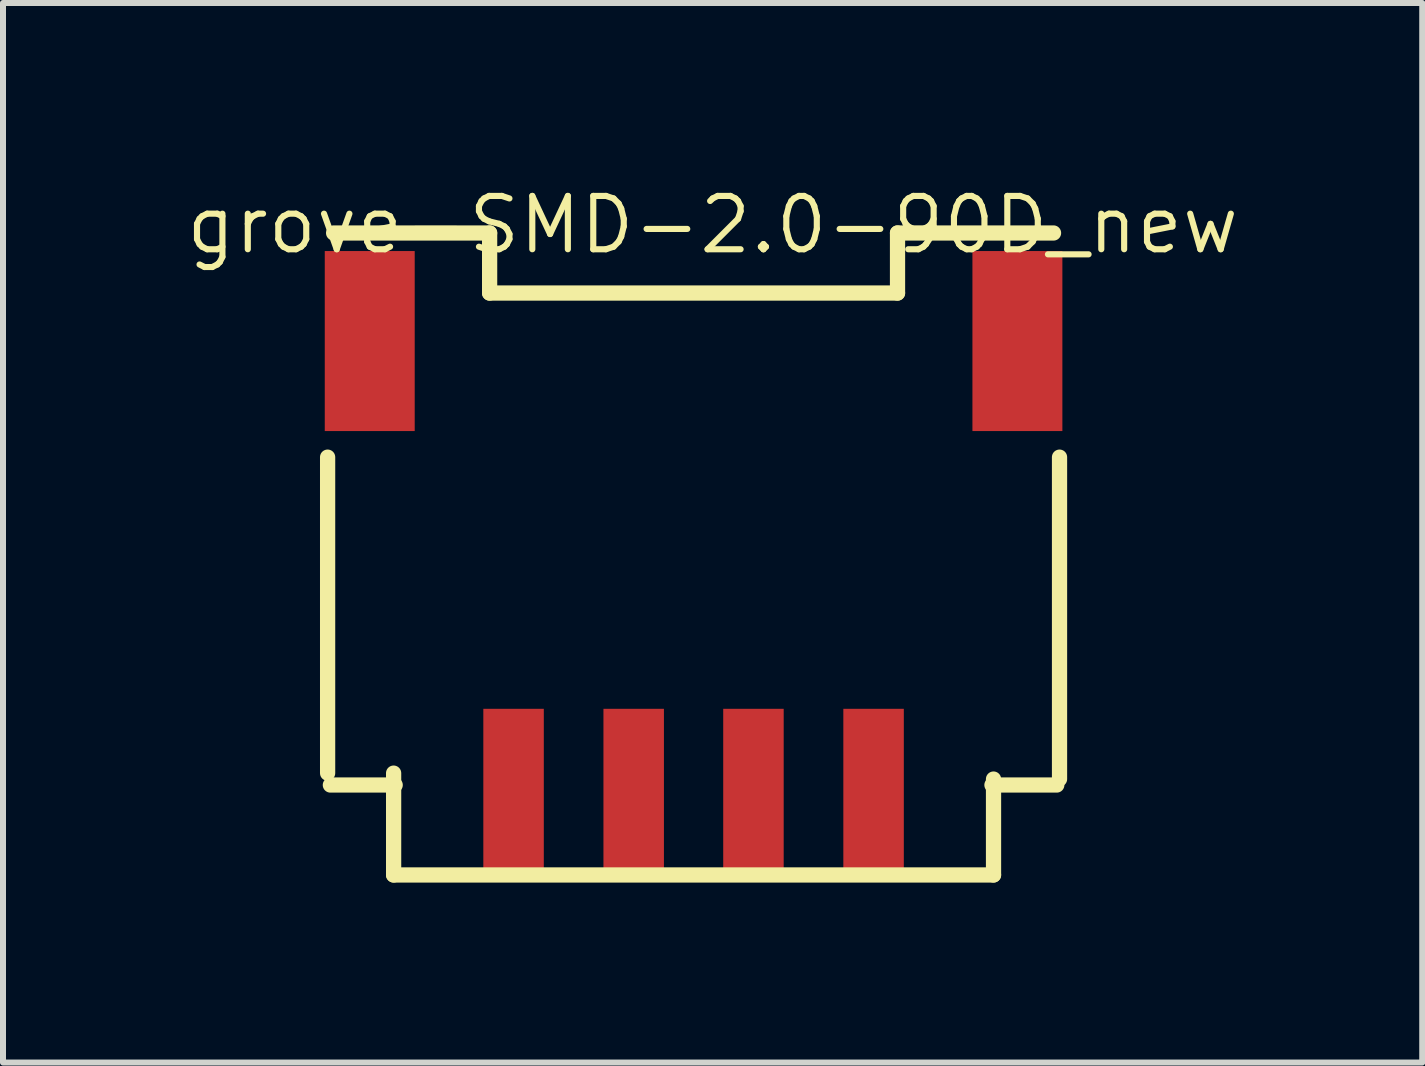
<source format=kicad_pcb>
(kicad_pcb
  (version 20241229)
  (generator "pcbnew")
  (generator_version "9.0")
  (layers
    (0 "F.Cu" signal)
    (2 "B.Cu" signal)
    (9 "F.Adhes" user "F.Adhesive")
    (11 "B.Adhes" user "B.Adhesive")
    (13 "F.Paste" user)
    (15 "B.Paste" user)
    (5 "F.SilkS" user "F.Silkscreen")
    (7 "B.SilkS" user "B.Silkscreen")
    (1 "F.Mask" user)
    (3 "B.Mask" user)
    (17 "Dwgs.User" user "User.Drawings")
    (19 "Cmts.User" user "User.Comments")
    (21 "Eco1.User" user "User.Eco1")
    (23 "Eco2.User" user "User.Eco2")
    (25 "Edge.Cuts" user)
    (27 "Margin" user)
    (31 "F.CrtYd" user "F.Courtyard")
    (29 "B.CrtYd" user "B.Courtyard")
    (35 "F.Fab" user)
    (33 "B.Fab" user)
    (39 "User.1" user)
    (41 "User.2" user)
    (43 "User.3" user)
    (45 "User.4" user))
  (footprint "grove-SMD-2.0-90D_new"
    (layer "F.Cu")
    (at 8.509 10.033)
    (property "Reference" "grove-SMD-2.0-90D_new" (at 0.318 -9.335 0) (layer "F.SilkS") (effects (font (size 0.889 0.889) (thickness 0.102))))
    (attr smd)
    (fp_line (start -6.099 -5.464) (end -6.099 -0.198) (stroke (width 0.254) (type solid)) (layer "F.SilkS"))
    (fp_line (start -6.053 0) (end -4.973 0) (stroke (width 0.254) (type solid)) (layer "F.SilkS"))
    (fp_line (start -5.999 -9.2) (end -3.399 -9.2) (stroke (width 0.254) (type solid)) (layer "F.SilkS"))
    (fp_line (start -4.999 1.499) (end -4.999 -0.198) (stroke (width 0.254) (type solid)) (layer "F.SilkS"))
    (fp_line (start -3.399 -9.2) (end -3.399 -8.199) (stroke (width 0.254) (type solid)) (layer "F.SilkS"))
    (fp_line (start -3.399 -8.199) (end 3.399 -8.199) (stroke (width 0.254) (type solid)) (layer "F.SilkS"))
    (fp_line (start 3.399 -9.2) (end 5.999 -9.2) (stroke (width 0.254) (type solid)) (layer "F.SilkS"))
    (fp_line (start 3.399 -8.199) (end 3.399 -9.2) (stroke (width 0.254) (type solid)) (layer "F.SilkS"))
    (fp_line (start 4.973 0) (end 6.053 0) (stroke (width 0.254) (type solid)) (layer "F.SilkS"))
    (fp_line (start 4.999 -0.099) (end 4.999 1.499) (stroke (width 0.254) (type solid)) (layer "F.SilkS"))
    (fp_line (start 4.999 1.499) (end -4.999 1.499) (stroke (width 0.254) (type solid)) (layer "F.SilkS"))
    (fp_line (start 6.099 -5.464) (end 6.099 -0.099) (stroke (width 0.254) (type solid)) (layer "F.SilkS"))
    (pad "1" smd rect (at -3 0.099 90) (size 2.738 1.008) (layers "F.Cu" "F.Mask" "F.Paste"))
    (pad "2" smd rect (at -0.998 0.099 90) (size 2.738 1.008) (layers "F.Cu" "F.Mask" "F.Paste"))
    (pad "3" smd rect (at 0.998 0.099 90) (size 2.738 1.008) (layers "F.Cu" "F.Mask" "F.Paste"))
    (pad "4" smd rect (at 3 0.099 90) (size 2.738 1.008) (layers "F.Cu" "F.Mask" "F.Paste"))
    (pad "SS1" smd rect (at -5.397 -7.399 90) (size 3 1.499) (layers "F.Cu" "F.Mask" "F.Paste"))
    (pad "SS2" smd rect (at 5.397 -7.399 90) (size 3 1.499) (layers "F.Cu" "F.Mask" "F.Paste")))
  (gr_rect
    (start -3 -3)
    (end 20.653 14.658)
    (stroke (width 0.1) (type default))
    (fill no)
    (layer "Edge.Cuts")))
</source>
